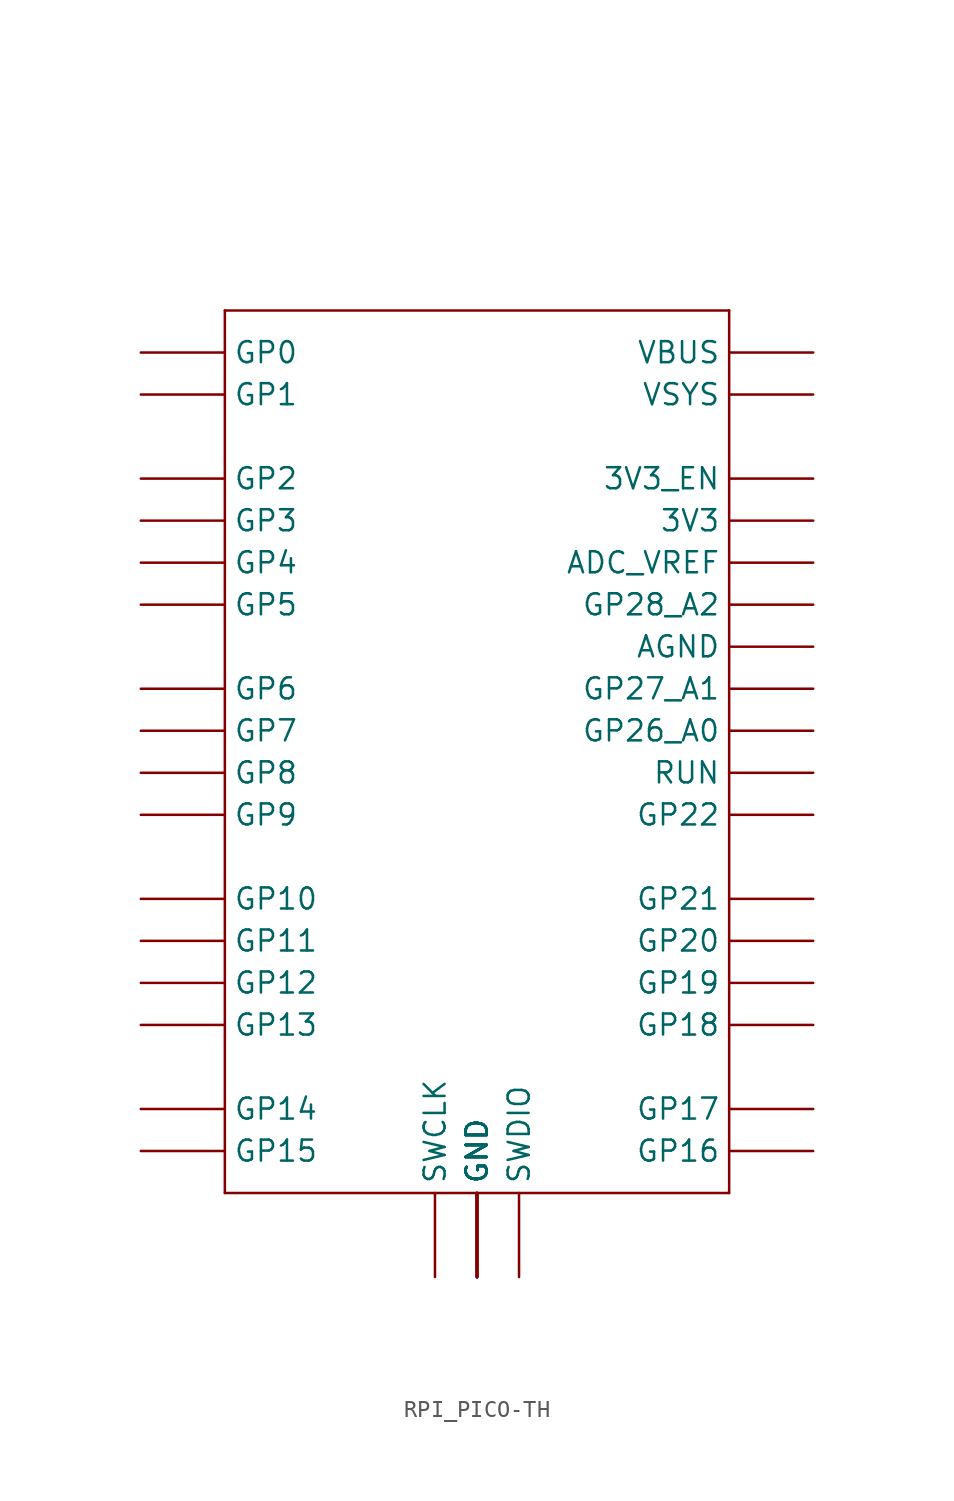
<source format=kicad_sym>
(kicad_symbol_lib
  (version 20220914)
  (generator kicad_symbol_editor)
  (symbol "RPI_PICO-TH"
    (property "Reference" ""
      (at 0 30.48 0)
      (effects (font (size 2.54 2.159)) hide))
    (property "Value" ""
      (at 0 35.56 0)
      (effects (font (size 2.54 2.159))))
    (property "ki_locked" ""
      (at 0 0 0)
      (effects (font (size 1.27 1.27))))
    (symbol "RPI_PICO-TH_1_0"
      (polyline (pts (xy -15.24 -25.4) (xy 15.24 -25.4)) (stroke (width 0.152) (type solid)) (fill (type none)))
      (polyline (pts (xy -15.24 27.94) (xy -15.24 -25.4)) (stroke (width 0.152) (type solid)) (fill (type none)))
      (polyline (pts (xy 15.24 -25.4) (xy 15.24 27.94)) (stroke (width 0.152) (type solid)) (fill (type none)))
      (polyline (pts (xy 15.24 27.94) (xy -15.24 27.94)) (stroke (width 0.152) (type solid)) (fill (type none)))
      (pin bidirectional line (at 20.32 15.24 180) (length 5.08) (name "3V3" (effects (font (size 1.27 1.27)))) (number "3V3" (effects (font (size 0 0)))))
      (pin bidirectional line (at 20.32 17.78 180) (length 5.08) (name "3V3_EN" (effects (font (size 1.27 1.27)))) (number "3V3_EN" (effects (font (size 0 0)))))
      (pin bidirectional line (at 20.32 12.7 180) (length 5.08) (name "ADC_VREF" (effects (font (size 1.27 1.27)))) (number "ADC_VREF" (effects (font (size 0 0)))))
      (pin bidirectional line (at 20.32 7.62 180) (length 5.08) (name "AGND" (effects (font (size 1.27 1.27)))) (number "AGND" (effects (font (size 0 0)))))
      (pin bidirectional line (at 0 -30.48 90) (length 5.08) (name "GND" (effects (font (size 1.27 1.27)))) (number "GND@1" (effects (font (size 0 0)))))
      (pin bidirectional line (at 0 -30.48 90) (length 5.08) (name "GND" (effects (font (size 1.27 1.27)))) (number "GND@2" (effects (font (size 0 0)))))
      (pin bidirectional line (at 0 -30.48 90) (length 5.08) (name "GND" (effects (font (size 1.27 1.27)))) (number "GND@3" (effects (font (size 0 0)))))
      (pin bidirectional line (at 0 -30.48 90) (length 5.08) (name "GND" (effects (font (size 1.27 1.27)))) (number "GND@4" (effects (font (size 0 0)))))
      (pin bidirectional line (at 0 -30.48 90) (length 5.08) (name "GND" (effects (font (size 1.27 1.27)))) (number "GND@5" (effects (font (size 0 0)))))
      (pin bidirectional line (at 0 -30.48 90) (length 5.08) (name "GND" (effects (font (size 1.27 1.27)))) (number "GND@6" (effects (font (size 0 0)))))
      (pin bidirectional line (at 0 -30.48 90) (length 5.08) (name "GND" (effects (font (size 1.27 1.27)))) (number "GND@7" (effects (font (size 0 0)))))
      (pin bidirectional line (at 0 -30.48 90) (length 5.08) (name "GND" (effects (font (size 1.27 1.27)))) (number "GND@8" (effects (font (size 0 0)))))
      (pin bidirectional line (at -20.32 25.4 0) (length 5.08) (name "GP0" (effects (font (size 1.27 1.27)))) (number "GP0" (effects (font (size 0 0)))))
      (pin bidirectional line (at -20.32 22.86 0) (length 5.08) (name "GP1" (effects (font (size 1.27 1.27)))) (number "GP1" (effects (font (size 0 0)))))
      (pin bidirectional line (at -20.32 -7.62 0) (length 5.08) (name "GP10" (effects (font (size 1.27 1.27)))) (number "GP10" (effects (font (size 0 0)))))
      (pin bidirectional line (at -20.32 -10.16 0) (length 5.08) (name "GP11" (effects (font (size 1.27 1.27)))) (number "GP11" (effects (font (size 0 0)))))
      (pin bidirectional line (at -20.32 -12.7 0) (length 5.08) (name "GP12" (effects (font (size 1.27 1.27)))) (number "GP12" (effects (font (size 0 0)))))
      (pin bidirectional line (at -20.32 -15.24 0) (length 5.08) (name "GP13" (effects (font (size 1.27 1.27)))) (number "GP13" (effects (font (size 0 0)))))
      (pin bidirectional line (at -20.32 -20.32 0) (length 5.08) (name "GP14" (effects (font (size 1.27 1.27)))) (number "GP14" (effects (font (size 0 0)))))
      (pin bidirectional line (at -20.32 -22.86 0) (length 5.08) (name "GP15" (effects (font (size 1.27 1.27)))) (number "GP15" (effects (font (size 0 0)))))
      (pin bidirectional line (at 20.32 -22.86 180) (length 5.08) (name "GP16" (effects (font (size 1.27 1.27)))) (number "GP16" (effects (font (size 0 0)))))
      (pin bidirectional line (at 20.32 -20.32 180) (length 5.08) (name "GP17" (effects (font (size 1.27 1.27)))) (number "GP17" (effects (font (size 0 0)))))
      (pin bidirectional line (at 20.32 -15.24 180) (length 5.08) (name "GP18" (effects (font (size 1.27 1.27)))) (number "GP18" (effects (font (size 0 0)))))
      (pin bidirectional line (at 20.32 -12.7 180) (length 5.08) (name "GP19" (effects (font (size 1.27 1.27)))) (number "GP19" (effects (font (size 0 0)))))
      (pin bidirectional line (at -20.32 17.78 0) (length 5.08) (name "GP2" (effects (font (size 1.27 1.27)))) (number "GP2" (effects (font (size 0 0)))))
      (pin bidirectional line (at 20.32 -10.16 180) (length 5.08) (name "GP20" (effects (font (size 1.27 1.27)))) (number "GP20" (effects (font (size 0 0)))))
      (pin bidirectional line (at 20.32 -7.62 180) (length 5.08) (name "GP21" (effects (font (size 1.27 1.27)))) (number "GP21" (effects (font (size 0 0)))))
      (pin bidirectional line (at 20.32 -2.54 180) (length 5.08) (name "GP22" (effects (font (size 1.27 1.27)))) (number "GP22" (effects (font (size 0 0)))))
      (pin bidirectional line (at 20.32 2.54 180) (length 5.08) (name "GP26_A0" (effects (font (size 1.27 1.27)))) (number "GP26_A0" (effects (font (size 0 0)))))
      (pin bidirectional line (at 20.32 5.08 180) (length 5.08) (name "GP27_A1" (effects (font (size 1.27 1.27)))) (number "GP27_A1" (effects (font (size 0 0)))))
      (pin bidirectional line (at 20.32 10.16 180) (length 5.08) (name "GP28_A2" (effects (font (size 1.27 1.27)))) (number "GP28_A2" (effects (font (size 0 0)))))
      (pin bidirectional line (at -20.32 15.24 0) (length 5.08) (name "GP3" (effects (font (size 1.27 1.27)))) (number "GP3" (effects (font (size 0 0)))))
      (pin bidirectional line (at -20.32 12.7 0) (length 5.08) (name "GP4" (effects (font (size 1.27 1.27)))) (number "GP4" (effects (font (size 0 0)))))
      (pin bidirectional line (at -20.32 10.16 0) (length 5.08) (name "GP5" (effects (font (size 1.27 1.27)))) (number "GP5" (effects (font (size 0 0)))))
      (pin bidirectional line (at -20.32 5.08 0) (length 5.08) (name "GP6" (effects (font (size 1.27 1.27)))) (number "GP6" (effects (font (size 0 0)))))
      (pin bidirectional line (at -20.32 2.54 0) (length 5.08) (name "GP7" (effects (font (size 1.27 1.27)))) (number "GP7" (effects (font (size 0 0)))))
      (pin bidirectional line (at -20.32 0 0) (length 5.08) (name "GP8" (effects (font (size 1.27 1.27)))) (number "GP8" (effects (font (size 0 0)))))
      (pin bidirectional line (at -20.32 -2.54 0) (length 5.08) (name "GP9" (effects (font (size 1.27 1.27)))) (number "GP9" (effects (font (size 0 0)))))
      (pin bidirectional line (at 20.32 0 180) (length 5.08) (name "RUN" (effects (font (size 1.27 1.27)))) (number "RUN" (effects (font (size 0 0)))))
      (pin bidirectional line (at -2.54 -30.48 90) (length 5.08) (name "SWCLK" (effects (font (size 1.27 1.27)))) (number "SWCLK" (effects (font (size 0 0)))))
      (pin bidirectional line (at 2.54 -30.48 90) (length 5.08) (name "SWDIO" (effects (font (size 1.27 1.27)))) (number "SWDIO" (effects (font (size 0 0)))))
      (pin bidirectional line (at 20.32 25.4 180) (length 5.08) (name "VBUS" (effects (font (size 1.27 1.27)))) (number "VBUS" (effects (font (size 0 0)))))
      (pin bidirectional line (at 20.32 22.86 180) (length 5.08) (name "VSYS" (effects (font (size 1.27 1.27)))) (number "VSYS" (effects (font (size 0 0))))))))
</source>
